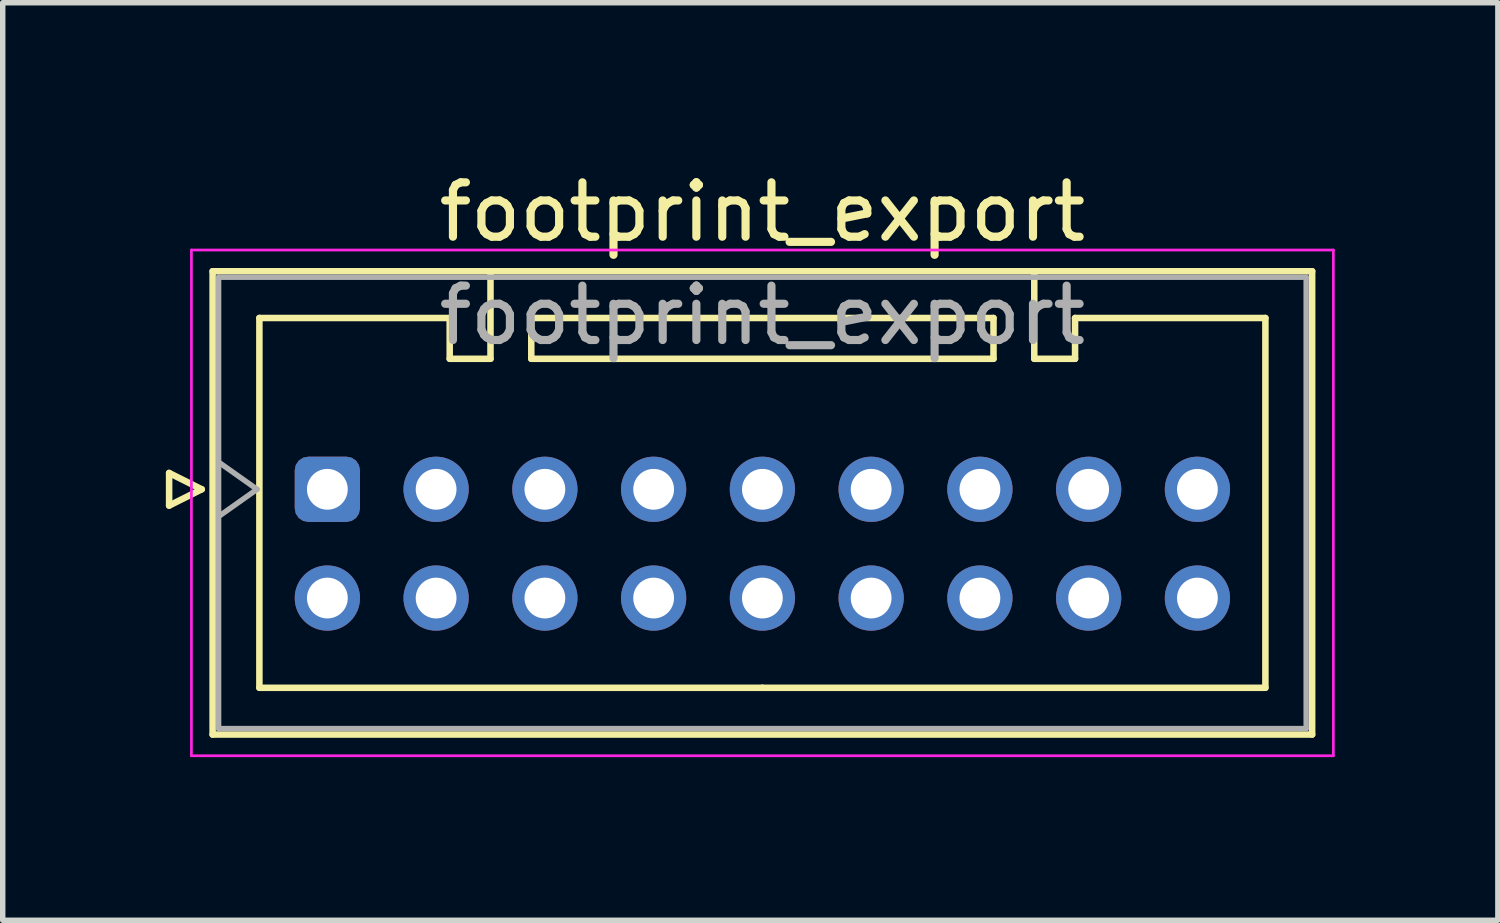
<source format=kicad_pcb>
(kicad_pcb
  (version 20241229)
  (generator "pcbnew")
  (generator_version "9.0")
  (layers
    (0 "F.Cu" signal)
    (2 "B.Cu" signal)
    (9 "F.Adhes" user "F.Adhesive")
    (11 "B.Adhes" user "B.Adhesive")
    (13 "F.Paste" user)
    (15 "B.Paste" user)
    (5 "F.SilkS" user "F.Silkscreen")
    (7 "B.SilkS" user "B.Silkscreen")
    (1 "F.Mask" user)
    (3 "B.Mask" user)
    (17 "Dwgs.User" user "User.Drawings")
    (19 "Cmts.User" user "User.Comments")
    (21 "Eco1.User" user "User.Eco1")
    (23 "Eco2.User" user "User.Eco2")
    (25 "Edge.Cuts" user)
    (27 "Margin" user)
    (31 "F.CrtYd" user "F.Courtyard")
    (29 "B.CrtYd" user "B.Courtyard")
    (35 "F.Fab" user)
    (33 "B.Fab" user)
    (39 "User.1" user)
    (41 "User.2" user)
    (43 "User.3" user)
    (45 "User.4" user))
  (footprint "footprint_export"
    (layer "F.Cu")
    (at 2.97 5.948)
    (property "Reference" "footprint_export" (at 8 -5.1 0) (layer "F.SilkS") (effects (font (size 1 1) (thickness 0.15))))
    (attr through_hole)
    (fp_line (start -2.91 -0.3) (end -2.31 0) (stroke (width 0.12) (type solid)) (layer "F.SilkS"))
    (fp_line (start -2.91 0.3) (end -2.91 -0.3) (stroke (width 0.12) (type solid)) (layer "F.SilkS"))
    (fp_line (start -2.31 0) (end -2.91 0.3) (stroke (width 0.12) (type solid)) (layer "F.SilkS"))
    (fp_line (start -2.11 -4.01) (end -2.11 4.51) (stroke (width 0.12) (type solid)) (layer "F.SilkS"))
    (fp_line (start -2.11 4.51) (end 18.11 4.51) (stroke (width 0.12) (type solid)) (layer "F.SilkS"))
    (fp_line (start -1.25 -3.15) (end -1.25 3.65) (stroke (width 0.12) (type solid)) (layer "F.SilkS"))
    (fp_line (start -1.25 3.65) (end 8 3.65) (stroke (width 0.12) (type solid)) (layer "F.SilkS"))
    (fp_line (start 2.25 -3.15) (end -1.25 -3.15) (stroke (width 0.12) (type solid)) (layer "F.SilkS"))
    (fp_line (start 2.25 -2.4) (end 2.25 -3.15) (stroke (width 0.12) (type solid)) (layer "F.SilkS"))
    (fp_line (start 3 -4.01) (end 3 -2.4) (stroke (width 0.12) (type solid)) (layer "F.SilkS"))
    (fp_line (start 3 -2.4) (end 2.25 -2.4) (stroke (width 0.12) (type solid)) (layer "F.SilkS"))
    (fp_line (start 3.75 -3.15) (end 3.75 -2.4) (stroke (width 0.12) (type solid)) (layer "F.SilkS"))
    (fp_line (start 3.75 -2.4) (end 12.25 -2.4) (stroke (width 0.12) (type solid)) (layer "F.SilkS"))
    (fp_line (start 12.25 -3.15) (end 3.75 -3.15) (stroke (width 0.12) (type solid)) (layer "F.SilkS"))
    (fp_line (start 12.25 -2.4) (end 12.25 -3.15) (stroke (width 0.12) (type solid)) (layer "F.SilkS"))
    (fp_line (start 13 -4.01) (end 13 -2.4) (stroke (width 0.12) (type solid)) (layer "F.SilkS"))
    (fp_line (start 13 -2.4) (end 13.75 -2.4) (stroke (width 0.12) (type solid)) (layer "F.SilkS"))
    (fp_line (start 13.75 -3.15) (end 17.25 -3.15) (stroke (width 0.12) (type solid)) (layer "F.SilkS"))
    (fp_line (start 13.75 -2.4) (end 13.75 -3.15) (stroke (width 0.12) (type solid)) (layer "F.SilkS"))
    (fp_line (start 17.25 -3.15) (end 17.25 3.65) (stroke (width 0.12) (type solid)) (layer "F.SilkS"))
    (fp_line (start 17.25 3.65) (end 8 3.65) (stroke (width 0.12) (type solid)) (layer "F.SilkS"))
    (fp_line (start 18.11 -4.01) (end -2.11 -4.01) (stroke (width 0.12) (type solid)) (layer "F.SilkS"))
    (fp_line (start 18.11 4.51) (end 18.11 -4.01) (stroke (width 0.12) (type solid)) (layer "F.SilkS"))
    (fp_line (start -2.5 -4.4) (end -2.5 4.9) (stroke (width 0.05) (type solid)) (layer "F.CrtYd"))
    (fp_line (start -2.5 4.9) (end 18.5 4.9) (stroke (width 0.05) (type solid)) (layer "F.CrtYd"))
    (fp_line (start 18.5 -4.4) (end -2.5 -4.4) (stroke (width 0.05) (type solid)) (layer "F.CrtYd"))
    (fp_line (start 18.5 4.9) (end 18.5 -4.4) (stroke (width 0.05) (type solid)) (layer "F.CrtYd"))
    (fp_line (start -2 -3.9) (end -2 4.4) (stroke (width 0.1) (type solid)) (layer "F.Fab"))
    (fp_line (start -2 0.5) (end -1.293 0) (stroke (width 0.1) (type solid)) (layer "F.Fab"))
    (fp_line (start -2 4.4) (end 18 4.4) (stroke (width 0.1) (type solid)) (layer "F.Fab"))
    (fp_line (start -1.293 0) (end -2 -0.5) (stroke (width 0.1) (type solid)) (layer "F.Fab"))
    (fp_line (start 18 -3.9) (end -2 -3.9) (stroke (width 0.1) (type solid)) (layer "F.Fab"))
    (fp_line (start 18 4.4) (end 18 -3.9) (stroke (width 0.1) (type solid)) (layer "F.Fab"))
    (fp_text user "${REFERENCE}" (at 8 -3.2 0) (layer "F.Fab") (effects (font (size 1 1) (thickness 0.15))))
    (pad "1" thru_hole roundrect (at 0 0) (size 1.2 1.2) (drill 0.75) (layers "*.Cu" "*.Mask") (roundrect_rratio 0.208))
    (pad "2" thru_hole circle (at 0 2) (size 1.2 1.2) (drill 0.75) (layers "*.Cu" "*.Mask"))
    (pad "3" thru_hole circle (at 2 0) (size 1.2 1.2) (drill 0.75) (layers "*.Cu" "*.Mask"))
    (pad "4" thru_hole circle (at 2 2) (size 1.2 1.2) (drill 0.75) (layers "*.Cu" "*.Mask"))
    (pad "5" thru_hole circle (at 4 0) (size 1.2 1.2) (drill 0.75) (layers "*.Cu" "*.Mask"))
    (pad "6" thru_hole circle (at 4 2) (size 1.2 1.2) (drill 0.75) (layers "*.Cu" "*.Mask"))
    (pad "7" thru_hole circle (at 6 0) (size 1.2 1.2) (drill 0.75) (layers "*.Cu" "*.Mask"))
    (pad "8" thru_hole circle (at 6 2) (size 1.2 1.2) (drill 0.75) (layers "*.Cu" "*.Mask"))
    (pad "9" thru_hole circle (at 8 0) (size 1.2 1.2) (drill 0.75) (layers "*.Cu" "*.Mask"))
    (pad "10" thru_hole circle (at 8 2) (size 1.2 1.2) (drill 0.75) (layers "*.Cu" "*.Mask"))
    (pad "11" thru_hole circle (at 10 0) (size 1.2 1.2) (drill 0.75) (layers "*.Cu" "*.Mask"))
    (pad "12" thru_hole circle (at 10 2) (size 1.2 1.2) (drill 0.75) (layers "*.Cu" "*.Mask"))
    (pad "13" thru_hole circle (at 12 0) (size 1.2 1.2) (drill 0.75) (layers "*.Cu" "*.Mask"))
    (pad "14" thru_hole circle (at 12 2) (size 1.2 1.2) (drill 0.75) (layers "*.Cu" "*.Mask"))
    (pad "15" thru_hole circle (at 14 0) (size 1.2 1.2) (drill 0.75) (layers "*.Cu" "*.Mask"))
    (pad "16" thru_hole circle (at 14 2) (size 1.2 1.2) (drill 0.75) (layers "*.Cu" "*.Mask"))
    (pad "17" thru_hole circle (at 16 0) (size 1.2 1.2) (drill 0.75) (layers "*.Cu" "*.Mask"))
    (pad "18" thru_hole circle (at 16 2) (size 1.2 1.2) (drill 0.75) (layers "*.Cu" "*.Mask")))
  (gr_rect
    (start -3 -3)
    (end 24.495 13.873)
    (stroke (width 0.1) (type default))
    (fill no)
    (layer "Edge.Cuts")))
</source>
